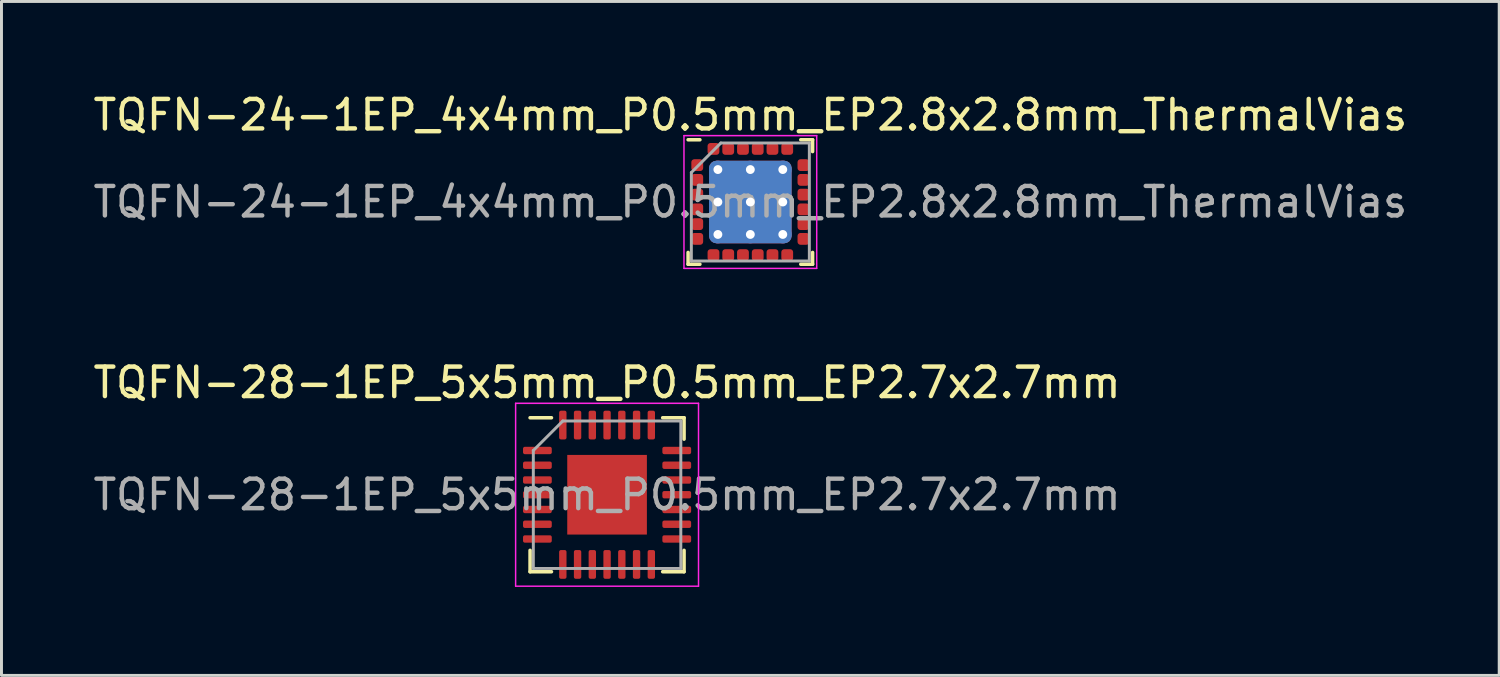
<source format=kicad_pcb>
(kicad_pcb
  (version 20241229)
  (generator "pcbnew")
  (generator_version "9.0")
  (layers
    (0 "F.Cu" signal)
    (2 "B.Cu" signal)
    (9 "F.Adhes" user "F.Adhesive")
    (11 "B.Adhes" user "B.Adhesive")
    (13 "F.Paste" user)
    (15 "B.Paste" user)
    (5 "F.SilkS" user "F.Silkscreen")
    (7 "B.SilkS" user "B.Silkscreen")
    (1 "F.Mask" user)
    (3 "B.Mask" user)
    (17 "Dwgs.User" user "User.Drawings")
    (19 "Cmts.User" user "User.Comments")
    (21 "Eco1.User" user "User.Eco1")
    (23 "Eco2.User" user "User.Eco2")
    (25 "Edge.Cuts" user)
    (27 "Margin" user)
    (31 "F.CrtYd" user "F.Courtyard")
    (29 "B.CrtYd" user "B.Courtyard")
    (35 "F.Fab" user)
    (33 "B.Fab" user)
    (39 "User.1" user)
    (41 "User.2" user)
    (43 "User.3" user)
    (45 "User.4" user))
  (footprint "TQFN-24-1EP_4x4mm_P0.5mm_EP2.8x2.8mm_ThermalVias"
    (layer "F.Cu")
    (at 22.387 3.798)
    (property "Reference" "TQFN-24-1EP_4x4mm_P0.5mm_EP2.8x2.8mm_ThermalVias" (at 0 -2.95 0) (layer "F.SilkS") (effects (font (size 1 1) (thickness 0.15))))
    (attr smd)
    (fp_line (start -2.11 2.11) (end -2.11 1.71) (stroke (width 0.12) (type solid)) (layer "F.SilkS"))
    (fp_line (start -1.71 -2.11) (end -2.11 -2.11) (stroke (width 0.12) (type solid)) (layer "F.SilkS"))
    (fp_line (start -1.71 2.11) (end -2.11 2.11) (stroke (width 0.12) (type solid)) (layer "F.SilkS"))
    (fp_line (start 1.71 -2.11) (end 2.11 -2.11) (stroke (width 0.12) (type solid)) (layer "F.SilkS"))
    (fp_line (start 1.71 2.11) (end 2.11 2.11) (stroke (width 0.12) (type solid)) (layer "F.SilkS"))
    (fp_line (start 2.11 -2.11) (end 2.11 -1.71) (stroke (width 0.12) (type solid)) (layer "F.SilkS"))
    (fp_line (start 2.11 2.11) (end 2.11 1.71) (stroke (width 0.12) (type solid)) (layer "F.SilkS"))
    (fp_line (start -2.25 -2.25) (end -2.25 2.25) (stroke (width 0.05) (type solid)) (layer "F.CrtYd"))
    (fp_line (start -2.25 2.25) (end 2.25 2.25) (stroke (width 0.05) (type solid)) (layer "F.CrtYd"))
    (fp_line (start 2.25 -2.25) (end -2.25 -2.25) (stroke (width 0.05) (type solid)) (layer "F.CrtYd"))
    (fp_line (start 2.25 2.25) (end 2.25 -2.25) (stroke (width 0.05) (type solid)) (layer "F.CrtYd"))
    (fp_line (start -2 -1) (end -1 -2) (stroke (width 0.1) (type solid)) (layer "F.Fab"))
    (fp_line (start -2 2) (end -2 -1) (stroke (width 0.1) (type solid)) (layer "F.Fab"))
    (fp_line (start -1 -2) (end 2 -2) (stroke (width 0.1) (type solid)) (layer "F.Fab"))
    (fp_line (start 2 -2) (end 2 2) (stroke (width 0.1) (type solid)) (layer "F.Fab"))
    (fp_line (start 2 2) (end -2 2) (stroke (width 0.1) (type solid)) (layer "F.Fab"))
    (fp_text user "${REFERENCE}" (at 0 0 0) (layer "F.Fab") (effects (font (size 1 1) (thickness 0.15))))
    (pad "" smd roundrect (at -0.7 -0.7) (size 1.13 1.13) (layers "F.Paste") (roundrect_rratio 0.221))
    (pad "" smd roundrect (at -0.7 0.7) (size 1.13 1.13) (layers "F.Paste") (roundrect_rratio 0.221))
    (pad "" smd roundrect (at 0.7 -0.7) (size 1.13 1.13) (layers "F.Paste") (roundrect_rratio 0.221))
    (pad "" smd roundrect (at 0.7 0.7) (size 1.13 1.13) (layers "F.Paste") (roundrect_rratio 0.221))
    (pad "1" smd roundrect (at -1.8 -1.25) (size 0.4 0.4) (layers "F.Cu" "F.Mask" "F.Paste") (roundrect_rratio 0.25))
    (pad "2" smd roundrect (at -1.8 -0.75) (size 0.4 0.4) (layers "F.Cu" "F.Mask" "F.Paste") (roundrect_rratio 0.25))
    (pad "3" smd roundrect (at -1.8 -0.25) (size 0.4 0.4) (layers "F.Cu" "F.Mask" "F.Paste") (roundrect_rratio 0.25))
    (pad "4" smd roundrect (at -1.8 0.25) (size 0.4 0.4) (layers "F.Cu" "F.Mask" "F.Paste") (roundrect_rratio 0.25))
    (pad "5" smd roundrect (at -1.8 0.75) (size 0.4 0.4) (layers "F.Cu" "F.Mask" "F.Paste") (roundrect_rratio 0.25))
    (pad "6" smd roundrect (at -1.8 1.25) (size 0.4 0.4) (layers "F.Cu" "F.Mask" "F.Paste") (roundrect_rratio 0.25))
    (pad "7" smd roundrect (at -1.25 1.8) (size 0.4 0.4) (layers "F.Cu" "F.Mask" "F.Paste") (roundrect_rratio 0.25))
    (pad "8" smd roundrect (at -0.75 1.8) (size 0.4 0.4) (layers "F.Cu" "F.Mask" "F.Paste") (roundrect_rratio 0.25))
    (pad "9" smd roundrect (at -0.25 1.8) (size 0.4 0.4) (layers "F.Cu" "F.Mask" "F.Paste") (roundrect_rratio 0.25))
    (pad "10" smd roundrect (at 0.25 1.8) (size 0.4 0.4) (layers "F.Cu" "F.Mask" "F.Paste") (roundrect_rratio 0.25))
    (pad "11" smd roundrect (at 0.75 1.8) (size 0.4 0.4) (layers "F.Cu" "F.Mask" "F.Paste") (roundrect_rratio 0.25))
    (pad "12" smd roundrect (at 1.25 1.8) (size 0.4 0.4) (layers "F.Cu" "F.Mask" "F.Paste") (roundrect_rratio 0.25))
    (pad "13" smd roundrect (at 1.8 1.25) (size 0.4 0.4) (layers "F.Cu" "F.Mask" "F.Paste") (roundrect_rratio 0.25))
    (pad "14" smd roundrect (at 1.8 0.75) (size 0.4 0.4) (layers "F.Cu" "F.Mask" "F.Paste") (roundrect_rratio 0.25))
    (pad "15" smd roundrect (at 1.8 0.25) (size 0.4 0.4) (layers "F.Cu" "F.Mask" "F.Paste") (roundrect_rratio 0.25))
    (pad "16" smd roundrect (at 1.8 -0.25) (size 0.4 0.4) (layers "F.Cu" "F.Mask" "F.Paste") (roundrect_rratio 0.25))
    (pad "17" smd roundrect (at 1.8 -0.75) (size 0.4 0.4) (layers "F.Cu" "F.Mask" "F.Paste") (roundrect_rratio 0.25))
    (pad "18" smd roundrect (at 1.8 -1.25) (size 0.4 0.4) (layers "F.Cu" "F.Mask" "F.Paste") (roundrect_rratio 0.25))
    (pad "19" smd roundrect (at 1.25 -1.8) (size 0.4 0.4) (layers "F.Cu" "F.Mask" "F.Paste") (roundrect_rratio 0.25))
    (pad "20" smd roundrect (at 0.75 -1.8) (size 0.4 0.4) (layers "F.Cu" "F.Mask" "F.Paste") (roundrect_rratio 0.25))
    (pad "21" smd roundrect (at 0.25 -1.8) (size 0.4 0.4) (layers "F.Cu" "F.Mask" "F.Paste") (roundrect_rratio 0.25))
    (pad "22" smd roundrect (at -0.25 -1.8) (size 0.4 0.4) (layers "F.Cu" "F.Mask" "F.Paste") (roundrect_rratio 0.25))
    (pad "23" smd roundrect (at -0.75 -1.8) (size 0.4 0.4) (layers "F.Cu" "F.Mask" "F.Paste") (roundrect_rratio 0.25))
    (pad "24" smd roundrect (at -1.25 -1.8) (size 0.4 0.4) (layers "F.Cu" "F.Mask" "F.Paste") (roundrect_rratio 0.25))
    (pad "25" thru_hole circle (at -1.1 -1.1) (size 0.6 0.6) (drill 0.3) (layers "*.Cu"))
    (pad "25" thru_hole circle (at -1.1 0) (size 0.6 0.6) (drill 0.3) (layers "*.Cu"))
    (pad "25" thru_hole circle (at -1.1 1.1) (size 0.6 0.6) (drill 0.3) (layers "*.Cu"))
    (pad "25" thru_hole circle (at 0 -1.1) (size 0.6 0.6) (drill 0.3) (layers "*.Cu"))
    (pad "25" thru_hole circle (at 0 0) (size 0.6 0.6) (drill 0.3) (layers "*.Cu"))
    (pad "25" smd roundrect (at 0 0) (size 2.8 2.8) (layers "F.Cu" "F.Mask") (roundrect_rratio 0.089))
    (pad "25" smd roundrect (at 0 0) (size 2.8 2.8) (layers "B.Cu") (roundrect_rratio 0.089))
    (pad "25" thru_hole circle (at 0 1.1) (size 0.6 0.6) (drill 0.3) (layers "*.Cu"))
    (pad "25" thru_hole circle (at 1.1 -1.1) (size 0.6 0.6) (drill 0.3) (layers "*.Cu"))
    (pad "25" thru_hole circle (at 1.1 0) (size 0.6 0.6) (drill 0.3) (layers "*.Cu"))
    (pad "25" thru_hole circle (at 1.1 1.1) (size 0.6 0.6) (drill 0.3) (layers "*.Cu")))
  (footprint "TQFN-28-1EP_5x5mm_P0.5mm_EP2.7x2.7mm"
    (layer "F.Cu")
    (at 17.53 13.722)
    (property "Reference" "TQFN-28-1EP_5x5mm_P0.5mm_EP2.7x2.7mm" (at 0 -3.8 0) (layer "F.SilkS") (effects (font (size 1 1) (thickness 0.15))))
    (attr smd)
    (fp_line (start -2.61 2.61) (end -2.61 1.885) (stroke (width 0.12) (type solid)) (layer "F.SilkS"))
    (fp_line (start -1.885 -2.61) (end -2.61 -2.61) (stroke (width 0.12) (type solid)) (layer "F.SilkS"))
    (fp_line (start -1.885 2.61) (end -2.61 2.61) (stroke (width 0.12) (type solid)) (layer "F.SilkS"))
    (fp_line (start 1.885 -2.61) (end 2.61 -2.61) (stroke (width 0.12) (type solid)) (layer "F.SilkS"))
    (fp_line (start 1.885 2.61) (end 2.61 2.61) (stroke (width 0.12) (type solid)) (layer "F.SilkS"))
    (fp_line (start 2.61 -2.61) (end 2.61 -1.885) (stroke (width 0.12) (type solid)) (layer "F.SilkS"))
    (fp_line (start 2.61 2.61) (end 2.61 1.885) (stroke (width 0.12) (type solid)) (layer "F.SilkS"))
    (fp_line (start -3.1 -3.1) (end -3.1 3.1) (stroke (width 0.05) (type solid)) (layer "F.CrtYd"))
    (fp_line (start -3.1 3.1) (end 3.1 3.1) (stroke (width 0.05) (type solid)) (layer "F.CrtYd"))
    (fp_line (start 3.1 -3.1) (end -3.1 -3.1) (stroke (width 0.05) (type solid)) (layer "F.CrtYd"))
    (fp_line (start 3.1 3.1) (end 3.1 -3.1) (stroke (width 0.05) (type solid)) (layer "F.CrtYd"))
    (fp_line (start -2.5 -1.5) (end -1.5 -2.5) (stroke (width 0.1) (type solid)) (layer "F.Fab"))
    (fp_line (start -2.5 2.5) (end -2.5 -1.5) (stroke (width 0.1) (type solid)) (layer "F.Fab"))
    (fp_line (start -1.5 -2.5) (end 2.5 -2.5) (stroke (width 0.1) (type solid)) (layer "F.Fab"))
    (fp_line (start 2.5 -2.5) (end 2.5 2.5) (stroke (width 0.1) (type solid)) (layer "F.Fab"))
    (fp_line (start 2.5 2.5) (end -2.5 2.5) (stroke (width 0.1) (type solid)) (layer "F.Fab"))
    (fp_text user "${REFERENCE}" (at 0 0 0) (layer "F.Fab") (effects (font (size 1 1) (thickness 0.15))))
    (pad "" smd roundrect (at -0.675 -0.675) (size 1.09 1.09) (layers "F.Paste") (roundrect_rratio 0.229))
    (pad "" smd roundrect (at -0.675 0.675) (size 1.09 1.09) (layers "F.Paste") (roundrect_rratio 0.229))
    (pad "" smd roundrect (at 0.675 -0.675) (size 1.09 1.09) (layers "F.Paste") (roundrect_rratio 0.229))
    (pad "" smd roundrect (at 0.675 0.675) (size 1.09 1.09) (layers "F.Paste") (roundrect_rratio 0.229))
    (pad "1" smd roundrect (at -2.362 -1.5) (size 0.975 0.25) (layers "F.Cu" "F.Mask" "F.Paste") (roundrect_rratio 0.25))
    (pad "2" smd roundrect (at -2.362 -1) (size 0.975 0.25) (layers "F.Cu" "F.Mask" "F.Paste") (roundrect_rratio 0.25))
    (pad "3" smd roundrect (at -2.362 -0.5) (size 0.975 0.25) (layers "F.Cu" "F.Mask" "F.Paste") (roundrect_rratio 0.25))
    (pad "4" smd roundrect (at -2.362 0) (size 0.975 0.25) (layers "F.Cu" "F.Mask" "F.Paste") (roundrect_rratio 0.25))
    (pad "5" smd roundrect (at -2.362 0.5) (size 0.975 0.25) (layers "F.Cu" "F.Mask" "F.Paste") (roundrect_rratio 0.25))
    (pad "6" smd roundrect (at -2.362 1) (size 0.975 0.25) (layers "F.Cu" "F.Mask" "F.Paste") (roundrect_rratio 0.25))
    (pad "7" smd roundrect (at -2.362 1.5) (size 0.975 0.25) (layers "F.Cu" "F.Mask" "F.Paste") (roundrect_rratio 0.25))
    (pad "8" smd roundrect (at -1.5 2.362) (size 0.25 0.975) (layers "F.Cu" "F.Mask" "F.Paste") (roundrect_rratio 0.25))
    (pad "9" smd roundrect (at -1 2.362) (size 0.25 0.975) (layers "F.Cu" "F.Mask" "F.Paste") (roundrect_rratio 0.25))
    (pad "10" smd roundrect (at -0.5 2.362) (size 0.25 0.975) (layers "F.Cu" "F.Mask" "F.Paste") (roundrect_rratio 0.25))
    (pad "11" smd roundrect (at 0 2.362) (size 0.25 0.975) (layers "F.Cu" "F.Mask" "F.Paste") (roundrect_rratio 0.25))
    (pad "12" smd roundrect (at 0.5 2.362) (size 0.25 0.975) (layers "F.Cu" "F.Mask" "F.Paste") (roundrect_rratio 0.25))
    (pad "13" smd roundrect (at 1 2.362) (size 0.25 0.975) (layers "F.Cu" "F.Mask" "F.Paste") (roundrect_rratio 0.25))
    (pad "14" smd roundrect (at 1.5 2.362) (size 0.25 0.975) (layers "F.Cu" "F.Mask" "F.Paste") (roundrect_rratio 0.25))
    (pad "15" smd roundrect (at 2.362 1.5) (size 0.975 0.25) (layers "F.Cu" "F.Mask" "F.Paste") (roundrect_rratio 0.25))
    (pad "16" smd roundrect (at 2.362 1) (size 0.975 0.25) (layers "F.Cu" "F.Mask" "F.Paste") (roundrect_rratio 0.25))
    (pad "17" smd roundrect (at 2.362 0.5) (size 0.975 0.25) (layers "F.Cu" "F.Mask" "F.Paste") (roundrect_rratio 0.25))
    (pad "18" smd roundrect (at 2.362 0) (size 0.975 0.25) (layers "F.Cu" "F.Mask" "F.Paste") (roundrect_rratio 0.25))
    (pad "19" smd roundrect (at 2.362 -0.5) (size 0.975 0.25) (layers "F.Cu" "F.Mask" "F.Paste") (roundrect_rratio 0.25))
    (pad "20" smd roundrect (at 2.362 -1) (size 0.975 0.25) (layers "F.Cu" "F.Mask" "F.Paste") (roundrect_rratio 0.25))
    (pad "21" smd roundrect (at 2.362 -1.5) (size 0.975 0.25) (layers "F.Cu" "F.Mask" "F.Paste") (roundrect_rratio 0.25))
    (pad "22" smd roundrect (at 1.5 -2.362) (size 0.25 0.975) (layers "F.Cu" "F.Mask" "F.Paste") (roundrect_rratio 0.25))
    (pad "23" smd roundrect (at 1 -2.362) (size 0.25 0.975) (layers "F.Cu" "F.Mask" "F.Paste") (roundrect_rratio 0.25))
    (pad "24" smd roundrect (at 0.5 -2.362) (size 0.25 0.975) (layers "F.Cu" "F.Mask" "F.Paste") (roundrect_rratio 0.25))
    (pad "25" smd roundrect (at 0 -2.362) (size 0.25 0.975) (layers "F.Cu" "F.Mask" "F.Paste") (roundrect_rratio 0.25))
    (pad "26" smd roundrect (at -0.5 -2.362) (size 0.25 0.975) (layers "F.Cu" "F.Mask" "F.Paste") (roundrect_rratio 0.25))
    (pad "27" smd roundrect (at -1 -2.362) (size 0.25 0.975) (layers "F.Cu" "F.Mask" "F.Paste") (roundrect_rratio 0.25))
    (pad "28" smd roundrect (at -1.5 -2.362) (size 0.25 0.975) (layers "F.Cu" "F.Mask" "F.Paste") (roundrect_rratio 0.25))
    (pad "29" smd rect (at 0 0) (size 2.7 2.7) (layers "F.Cu" "F.Mask")))
  (gr_rect
    (start -3 -3)
    (end 47.774 19.846)
    (stroke (width 0.1) (type default))
    (fill no)
    (layer "Edge.Cuts")))
</source>
